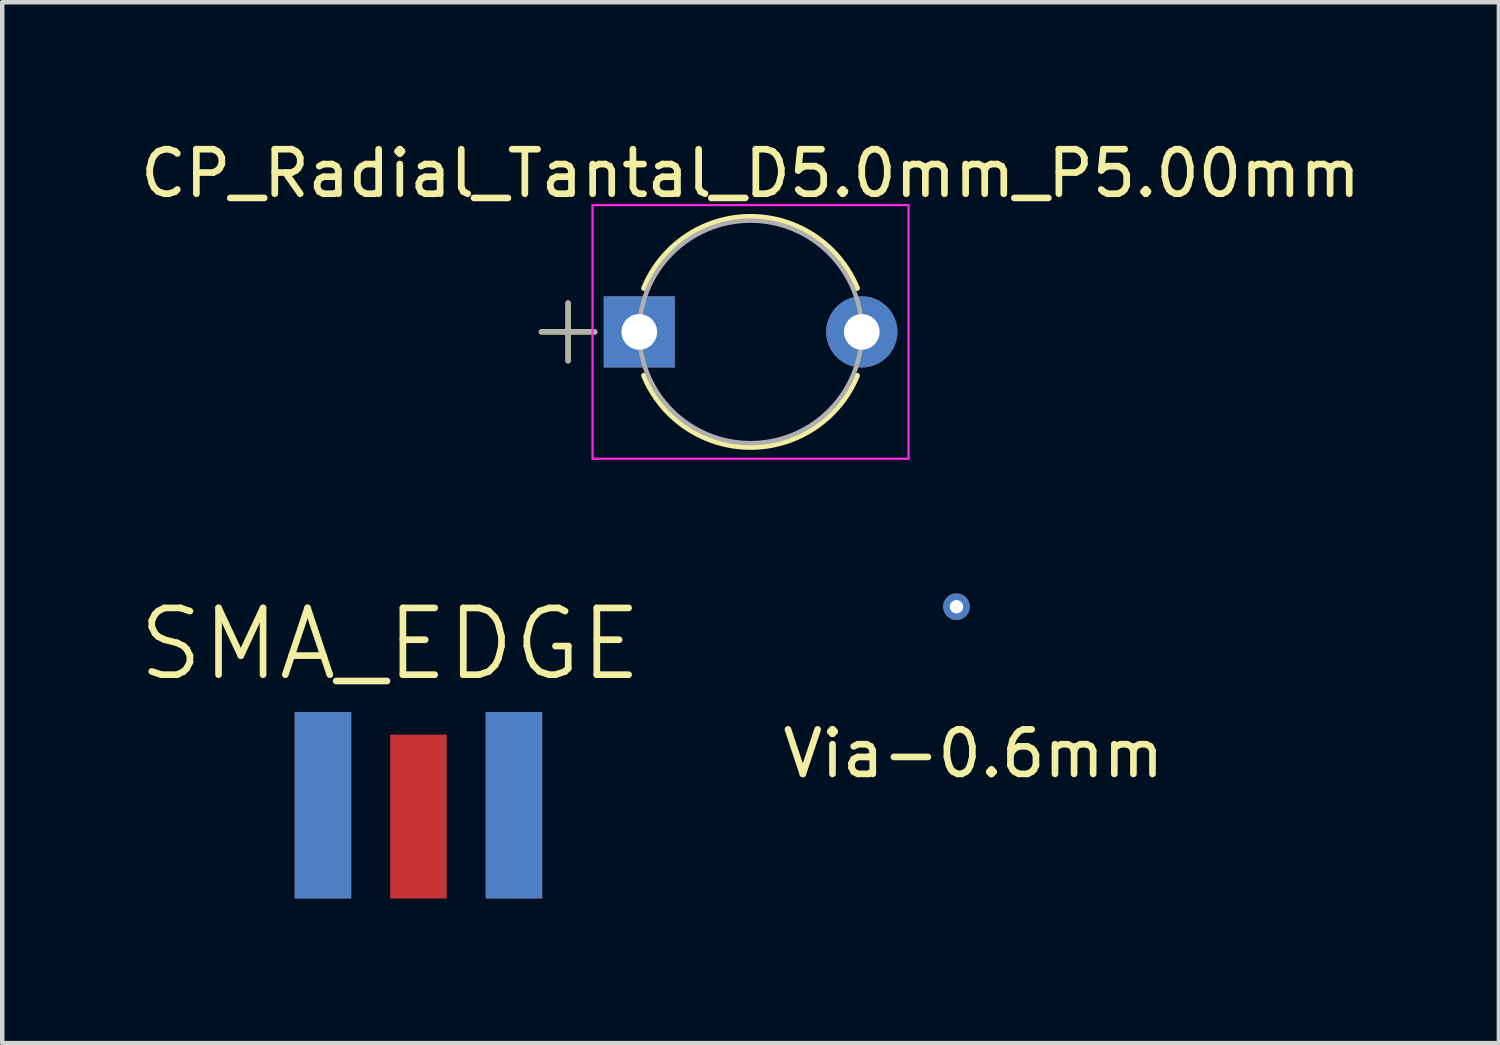
<source format=kicad_pcb>
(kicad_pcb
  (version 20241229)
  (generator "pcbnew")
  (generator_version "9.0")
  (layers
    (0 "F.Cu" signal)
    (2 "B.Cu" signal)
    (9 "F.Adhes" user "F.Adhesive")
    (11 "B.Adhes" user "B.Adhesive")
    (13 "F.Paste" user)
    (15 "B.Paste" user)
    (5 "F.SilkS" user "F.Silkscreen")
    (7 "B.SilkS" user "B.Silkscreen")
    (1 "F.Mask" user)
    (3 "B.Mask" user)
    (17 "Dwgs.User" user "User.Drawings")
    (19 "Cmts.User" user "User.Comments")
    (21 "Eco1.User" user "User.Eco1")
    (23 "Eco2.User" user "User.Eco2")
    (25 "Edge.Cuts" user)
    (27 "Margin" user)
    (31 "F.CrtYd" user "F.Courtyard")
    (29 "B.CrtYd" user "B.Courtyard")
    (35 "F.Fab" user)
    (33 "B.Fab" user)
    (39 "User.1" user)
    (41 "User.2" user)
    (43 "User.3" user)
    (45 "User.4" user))
  (footprint "CP_Radial_Tantal_D5.0mm_P5.00mm"
    (layer "F.Cu")
    (at 11.315 4.408)
    (property "Reference" "CP_Radial_Tantal_D5.0mm_P5.00mm" (at 2.5 -3.56 0) (layer "F.SilkS") (effects (font (size 1 1) (thickness 0.15))))
    (attr through_hole)
    (fp_line (start -2.2 0) (end -1 0) (stroke (width 0.12) (type solid)) (layer "F.SilkS"))
    (fp_line (start -1.6 -0.65) (end -1.6 0.65) (stroke (width 0.12) (type solid)) (layer "F.SilkS"))
    (fp_arc (start 0.102564 -0.98) (mid 2.499244 -2.59) (end 4.896863 -0.9814) (stroke (width 0.12) (type solid)) (layer "F.SilkS"))
    (fp_arc (start 4.896863 0.9814) (mid 2.499244 2.59) (end 0.102564 0.98) (stroke (width 0.12) (type solid)) (layer "F.SilkS"))
    (fp_line (start -1.05 -2.85) (end -1.05 2.85) (stroke (width 0.05) (type solid)) (layer "F.CrtYd"))
    (fp_line (start -1.05 2.85) (end 6.05 2.85) (stroke (width 0.05) (type solid)) (layer "F.CrtYd"))
    (fp_line (start 6.05 -2.85) (end -1.05 -2.85) (stroke (width 0.05) (type solid)) (layer "F.CrtYd"))
    (fp_line (start 6.05 2.85) (end 6.05 -2.85) (stroke (width 0.05) (type solid)) (layer "F.CrtYd"))
    (fp_line (start -2.2 0) (end -1 0) (stroke (width 0.1) (type solid)) (layer "F.Fab"))
    (fp_line (start -1.6 -0.65) (end -1.6 0.65) (stroke (width 0.1) (type solid)) (layer "F.Fab"))
    (fp_circle (center 2.5 0) (end 5 0) (stroke (width 0.1) (type solid)) (fill no) (layer "F.Fab"))
    (pad "1" thru_hole rect (at 0 0) (size 1.6 1.6) (drill 0.8) (layers "*.Cu" "*.Mask"))
    (pad "2" thru_hole circle (at 5 0) (size 1.6 1.6) (drill 0.8) (layers "*.Cu" "*.Mask")))
  (footprint "SMA_EDGE"
    (layer "F.Cu")
    (at 6.353 17.139)
    (property "Reference" "SMA_EDGE" (at -0.635 -5.715 0) (layer "F.SilkS") (effects (font (size 1.5 1.5) (thickness 0.15))))
    (attr through_hole)
    (pad "1" smd rect (at 0 -1.841) (size 1.27 3.683) (layers "F.Cu" "F.Mask" "F.Paste"))
    (pad "2" smd rect (at -2.146 -2.095) (size 1.27 4.191) (layers "F.Cu" "F.Mask" "F.Paste"))
    (pad "2" smd rect (at -2.146 -2.095) (size 1.27 4.191) (layers "F.Mask" "B.Cu" "F.Paste"))
    (pad "2" smd rect (at 2.146 -2.095) (size 1.27 4.191) (layers "F.Cu" "F.Mask" "F.Paste"))
    (pad "2" smd rect (at 2.146 -2.095) (size 1.27 4.191) (layers "F.Mask" "B.Cu" "F.Paste")))
  (footprint "Via-0.6mm"
    (layer "F.Cu")
    (at 18.442 10.583)
    (property "Reference" "Via-0.6mm" (at 0.381 3.302 0) (layer "F.SilkS") (effects (font (size 1 1) (thickness 0.15))))
    (attr through_hole)
    (pad "1" thru_hole circle (at 0 0) (size 0.6 0.6) (drill 0.3) (layers "*.Cu")))
  (gr_rect
    (start -3 -3)
    (end 30.631 20.389)
    (stroke (width 0.1) (type default))
    (fill no)
    (layer "Edge.Cuts")))
</source>
